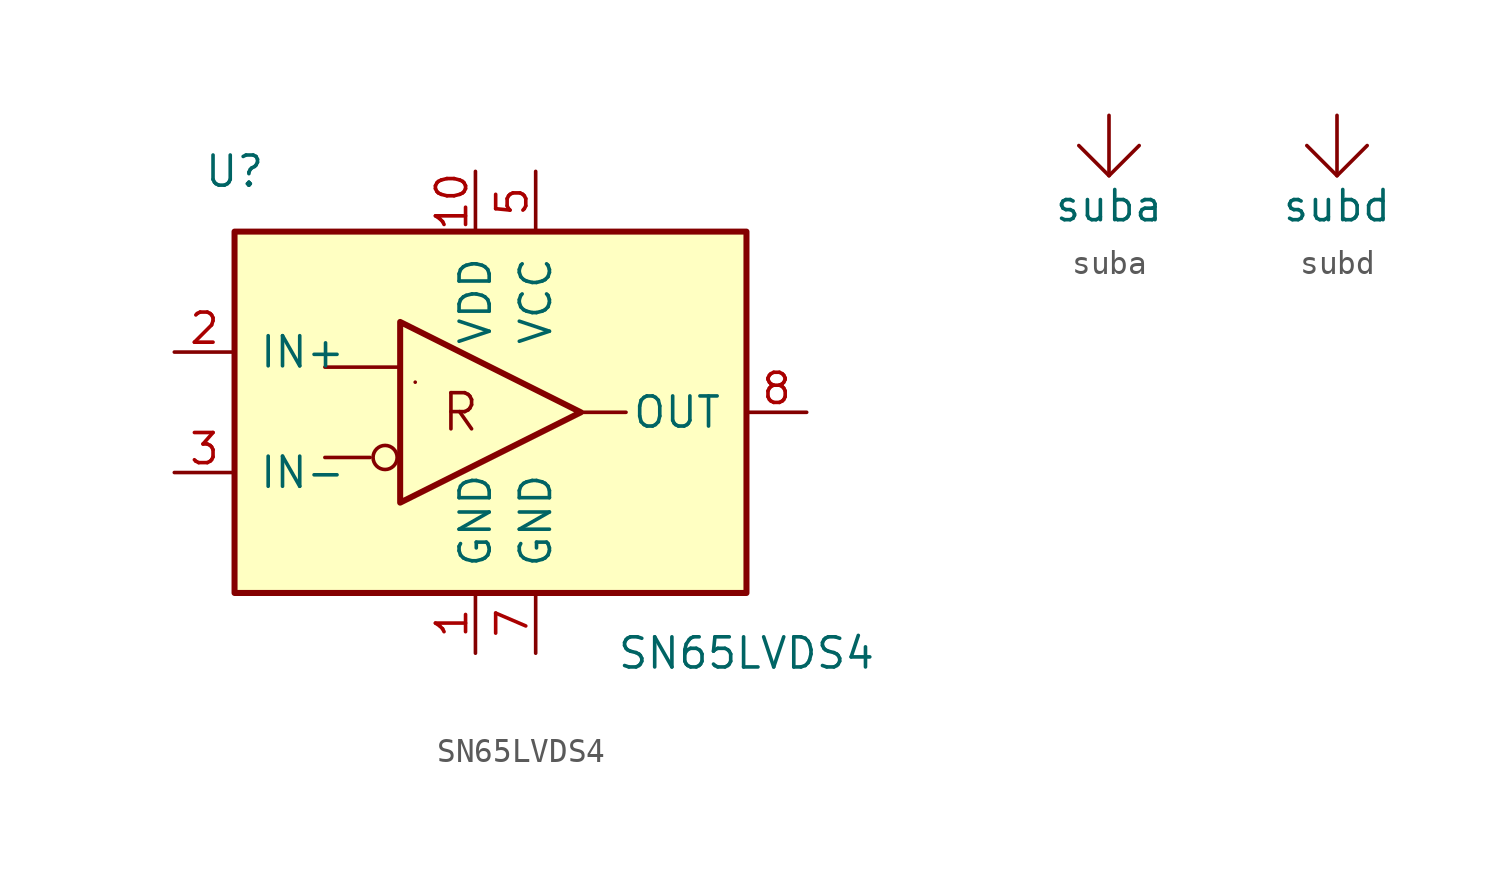
<source format=kicad_sym>
(kicad_symbol_lib
  (version 20211014)
  (generator kicad_symbol_editor)
  (symbol "SN65LVDS4"
    (pin_names
      (offset 1.016))
    (property "Reference" "U"
      (at -11.43 10.16 0)
      (effects (font (size 1.27 1.27))))
    (property "Value" "SN65LVDS4"
      (at 10.16 -10.16 0)
      (effects (font (size 1.27 1.27))))
    (symbol "SN65LVDS4_1_1"
      (rectangle (start -11.43 7.62) (end 10.16 -7.62) (stroke (width 0.254) (type default) (color 0 0 0 0)) (fill (type background)))
      (circle (center -5.08 -1.905) (radius 0.508) (stroke (width 0) (type default) (color 0 0 0 0)) (fill (type none)))
      (polyline (pts (xy -7.62 -1.905) (xy -5.715 -1.905)) (stroke (width 0) (type default) (color 0 0 0 0)) (fill (type none)))
      (polyline (pts (xy -7.62 1.905) (xy -4.445 1.905)) (stroke (width 0) (type default) (color 0 0 0 0)) (fill (type none)))
      (polyline (pts (xy -3.81 1.27) (xy -3.81 1.27)) (stroke (width 0) (type default) (color 0 0 0 0)) (fill (type none)))
      (polyline (pts (xy 5.08 0) (xy 3.175 0)) (stroke (width 0) (type default) (color 0 0 0 0)) (fill (type none)))
      (polyline (pts (xy -4.445 -3.81) (xy -4.445 3.81) (xy 3.175 0) (xy -4.445 -3.81)) (stroke (width 0.254) (type default) (color 0 0 0 0)) (fill (type none)))
      (text "R" (at -1.905 0 0) (effects (font (size 1.524 1.524))))
      (pin power_in line (at -1.27 -10.16 90) (length 2.54) (name "GND" (effects (font (size 1.27 1.27)))) (number "1" (effects (font (size 1.27 1.27)))))
      (pin power_in line (at -1.27 10.16 270) (length 2.54) (name "VDD" (effects (font (size 1.27 1.27)))) (number "10" (effects (font (size 1.27 1.27)))))
      (pin input line (at -13.97 2.54 0) (length 2.54) (name "IN+" (effects (font (size 1.27 1.27)))) (number "2" (effects (font (size 1.27 1.27)))))
      (pin input line (at -13.97 -2.54 0) (length 2.54) (name "IN-" (effects (font (size 1.27 1.27)))) (number "3" (effects (font (size 1.27 1.27)))))
      (pin no_connect line (at -8.89 -10.16 90) (length 2.54) hide (name "NC" (effects (font (size 1.27 1.27)))) (number "4" (effects (font (size 1.27 1.27)))))
      (pin power_in line (at 1.27 10.16 270) (length 2.54) (name "VCC" (effects (font (size 1.27 1.27)))) (number "5" (effects (font (size 1.27 1.27)))))
      (pin no_connect line (at -7.62 -10.16 90) (length 2.54) hide (name "NC" (effects (font (size 1.27 1.27)))) (number "6" (effects (font (size 1.27 1.27)))))
      (pin power_in line (at 1.27 -10.16 90) (length 2.54) (name "GND" (effects (font (size 1.27 1.27)))) (number "7" (effects (font (size 1.27 1.27)))))
      (pin output line (at 12.7 0 180) (length 2.54) (name "OUT" (effects (font (size 1.27 1.27)))) (number "8" (effects (font (size 1.27 1.27)))))
      (pin no_connect line (at -6.35 -10.16 90) (length 2.54) hide (name "NC" (effects (font (size 1.27 1.27)))) (number "9" (effects (font (size 1.27 1.27)))))))
  (symbol "suba"
    (power)
    (pin_names
      (offset 0))
    (property "Reference" "#PWR"
      (at -1.27 -5.08 0)
      (effects (font (size 1.27 1.27)) hide))
    (property "Value" "suba"
      (at 0 -3.81 0)
      (effects (font (size 1.27 1.27))))
    (symbol "suba_0_0"
      (pin power_in line (at 0 0 270) (length 0) hide (name "suba" (effects (font (size 1.27 1.27)))) (number "1" (effects (font (size 1.27 1.27))))))
    (symbol "suba_0_1"
      (polyline (pts (xy 0 -2.54) (xy 0 0)) (stroke (width 0) (type default) (color 0 0 0 0)) (fill (type none)))
      (polyline (pts (xy -1.27 -1.27) (xy 0 -2.54) (xy 1.27 -1.27)) (stroke (width 0) (type default) (color 0 0 0 0)) (fill (type none)))))
  (symbol "subd"
    (power)
    (pin_names
      (offset 0))
    (property "Reference" "#PWR"
      (at -1.27 -5.08 0)
      (effects (font (size 1.27 1.27)) hide))
    (property "Value" "subd"
      (at 0 -3.81 0)
      (effects (font (size 1.27 1.27))))
    (symbol "subd_0_0"
      (pin power_in line (at 0 0 270) (length 0) hide (name "subd" (effects (font (size 1.27 1.27)))) (number "1" (effects (font (size 1.27 1.27))))))
    (symbol "subd_0_1"
      (polyline (pts (xy 0 -2.54) (xy 0 0)) (stroke (width 0) (type default) (color 0 0 0 0)) (fill (type none)))
      (polyline (pts (xy -1.27 -1.27) (xy 0 -2.54) (xy 1.27 -1.27)) (stroke (width 0) (type default) (color 0 0 0 0)) (fill (type none))))))
</source>
